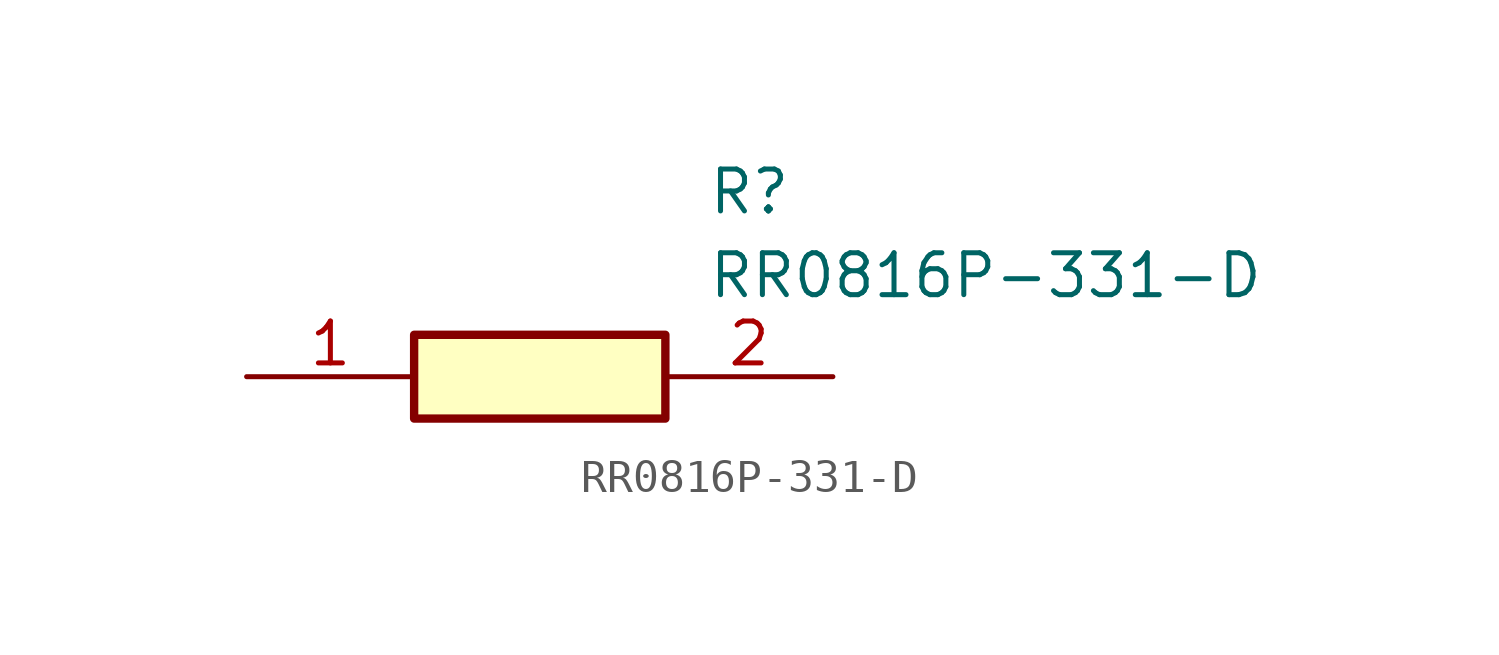
<source format=kicad_sym>
(kicad_symbol_lib
  (version 20211014)
  (generator SamacSys_ECAD_Model)
  (symbol "RR0816P-331-D"
    (pin_names hide)
    (property "Reference" "R"
      (at 13.97 6.35 0)
      (effects (font (size 1.27 1.27)) (justify left top)))
    (property "Value" "RR0816P-331-D"
      (at 13.97 3.81 0)
      (effects (font (size 1.27 1.27)) (justify left top)))
    (rectangle
      (start 5.08 1.27)
      (end 12.7 -1.27)
      (stroke (width 0.254) (type default))
      (fill (type background)))
    (pin passive line
      (at 0 0 0)
      (length 5.08)
      (name "R1" (effects (font (size 1.27 1.27))))
      (number "1" (effects (font (size 1.27 1.27)))))
    (pin passive line
      (at 17.78 0 180)
      (length 5.08)
      (name "R2" (effects (font (size 1.27 1.27))))
      (number "2" (effects (font (size 1.27 1.27)))))))
</source>
